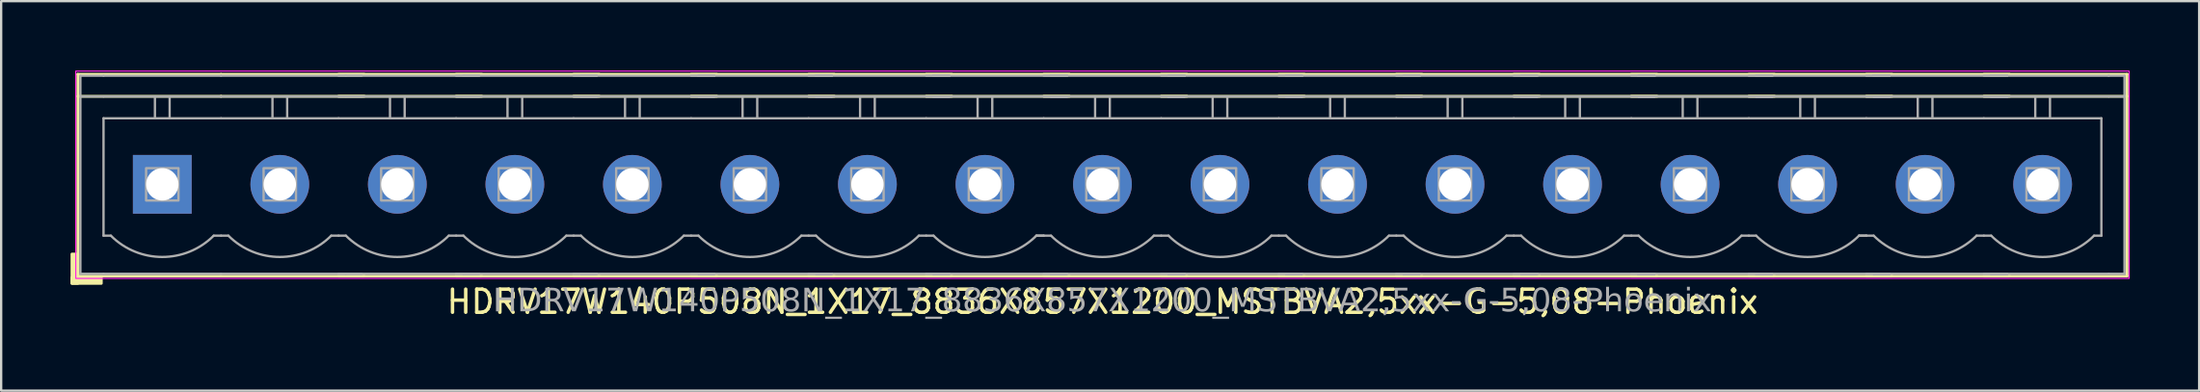
<source format=kicad_pcb>
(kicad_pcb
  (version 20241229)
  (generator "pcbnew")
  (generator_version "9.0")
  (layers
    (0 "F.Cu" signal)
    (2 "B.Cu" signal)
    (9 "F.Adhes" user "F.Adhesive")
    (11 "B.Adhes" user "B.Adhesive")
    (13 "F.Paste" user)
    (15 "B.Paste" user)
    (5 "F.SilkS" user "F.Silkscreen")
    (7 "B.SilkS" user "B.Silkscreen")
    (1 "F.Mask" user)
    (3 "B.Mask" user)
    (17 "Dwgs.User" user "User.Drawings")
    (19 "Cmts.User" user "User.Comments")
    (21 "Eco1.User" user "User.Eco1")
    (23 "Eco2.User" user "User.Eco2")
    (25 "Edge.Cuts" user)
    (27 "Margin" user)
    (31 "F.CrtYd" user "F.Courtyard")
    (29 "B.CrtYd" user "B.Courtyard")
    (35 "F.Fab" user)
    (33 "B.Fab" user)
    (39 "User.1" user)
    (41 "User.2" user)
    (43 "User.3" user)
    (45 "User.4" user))
  (footprint "HDRV17W140P508N_1X17_8836X857X1200_MSTBVA2,5xx-G-5,08-Phoenix"
    (layer "F.Cu")
    (at 44.605 4.925)
    (property "Reference" "HDRV17W140P508N_1X17_8836X857X1200_MSTBVA2,5xx-G-5,08-Phoenix" (at 0 5.08 0) (layer "F.SilkS") (effects (font (size 1 1) (thickness 0.15))))
    (attr through_hole)
    (fp_line (start -44.291 -4.763) (end -44.291 3.969) (stroke (width 0.12) (type solid)) (layer "F.SilkS"))
    (fp_line (start -44.291 -4.763) (end -38.1 -4.763) (stroke (width 0.12) (type solid)) (layer "F.SilkS"))
    (fp_line (start -44.291 -3.81) (end -38.1 -3.81) (stroke (width 0.12) (type solid)) (layer "F.SilkS"))
    (fp_line (start -44.291 3.969) (end -38.1 3.969) (stroke (width 0.12) (type solid)) (layer "F.SilkS"))
    (fp_line (start -31.909 -4.763) (end -38.1 -4.763) (stroke (width 0.12) (type solid)) (layer "F.SilkS"))
    (fp_line (start -31.909 -3.81) (end -38.1 -3.81) (stroke (width 0.12) (type solid)) (layer "F.SilkS"))
    (fp_line (start -31.909 3.969) (end -38.1 3.969) (stroke (width 0.12) (type solid)) (layer "F.SilkS"))
    (fp_line (start -26.829 -4.763) (end -33.02 -4.763) (stroke (width 0.12) (type solid)) (layer "F.SilkS"))
    (fp_line (start -26.829 -3.81) (end -33.02 -3.81) (stroke (width 0.12) (type solid)) (layer "F.SilkS"))
    (fp_line (start -26.829 3.969) (end -33.02 3.969) (stroke (width 0.12) (type solid)) (layer "F.SilkS"))
    (fp_line (start -21.749 -4.763) (end -27.94 -4.763) (stroke (width 0.12) (type solid)) (layer "F.SilkS"))
    (fp_line (start -21.749 -3.81) (end -27.94 -3.81) (stroke (width 0.12) (type solid)) (layer "F.SilkS"))
    (fp_line (start -21.749 3.969) (end -27.94 3.969) (stroke (width 0.12) (type solid)) (layer "F.SilkS"))
    (fp_line (start -16.669 -4.763) (end -22.86 -4.763) (stroke (width 0.12) (type solid)) (layer "F.SilkS"))
    (fp_line (start -16.669 -3.81) (end -22.86 -3.81) (stroke (width 0.12) (type solid)) (layer "F.SilkS"))
    (fp_line (start -16.669 3.969) (end -22.86 3.969) (stroke (width 0.12) (type solid)) (layer "F.SilkS"))
    (fp_line (start -11.589 -4.763) (end -17.78 -4.763) (stroke (width 0.12) (type solid)) (layer "F.SilkS"))
    (fp_line (start -11.589 -3.81) (end -17.78 -3.81) (stroke (width 0.12) (type solid)) (layer "F.SilkS"))
    (fp_line (start -11.589 3.969) (end -17.78 3.969) (stroke (width 0.12) (type solid)) (layer "F.SilkS"))
    (fp_line (start -6.509 -4.763) (end -12.7 -4.763) (stroke (width 0.12) (type solid)) (layer "F.SilkS"))
    (fp_line (start -6.509 -3.81) (end -12.7 -3.81) (stroke (width 0.12) (type solid)) (layer "F.SilkS"))
    (fp_line (start -6.509 3.969) (end -12.7 3.969) (stroke (width 0.12) (type solid)) (layer "F.SilkS"))
    (fp_line (start -1.429 -4.763) (end -7.62 -4.763) (stroke (width 0.12) (type solid)) (layer "F.SilkS"))
    (fp_line (start -1.429 -3.81) (end -7.62 -3.81) (stroke (width 0.12) (type solid)) (layer "F.SilkS"))
    (fp_line (start -1.429 3.969) (end -7.62 3.969) (stroke (width 0.12) (type solid)) (layer "F.SilkS"))
    (fp_line (start 3.651 -4.763) (end -2.54 -4.763) (stroke (width 0.12) (type solid)) (layer "F.SilkS"))
    (fp_line (start 3.651 -3.81) (end -2.54 -3.81) (stroke (width 0.12) (type solid)) (layer "F.SilkS"))
    (fp_line (start 3.651 3.969) (end -2.54 3.969) (stroke (width 0.12) (type solid)) (layer "F.SilkS"))
    (fp_line (start 8.731 -4.763) (end 2.54 -4.763) (stroke (width 0.12) (type solid)) (layer "F.SilkS"))
    (fp_line (start 8.731 -3.81) (end 2.54 -3.81) (stroke (width 0.12) (type solid)) (layer "F.SilkS"))
    (fp_line (start 8.731 3.969) (end 2.54 3.969) (stroke (width 0.12) (type solid)) (layer "F.SilkS"))
    (fp_line (start 13.811 -4.763) (end 7.62 -4.763) (stroke (width 0.12) (type solid)) (layer "F.SilkS"))
    (fp_line (start 13.811 -3.81) (end 7.62 -3.81) (stroke (width 0.12) (type solid)) (layer "F.SilkS"))
    (fp_line (start 13.811 3.969) (end 7.62 3.969) (stroke (width 0.12) (type solid)) (layer "F.SilkS"))
    (fp_line (start 18.891 -4.763) (end 12.7 -4.763) (stroke (width 0.12) (type solid)) (layer "F.SilkS"))
    (fp_line (start 18.891 -3.81) (end 12.7 -3.81) (stroke (width 0.12) (type solid)) (layer "F.SilkS"))
    (fp_line (start 18.891 3.969) (end 12.7 3.969) (stroke (width 0.12) (type solid)) (layer "F.SilkS"))
    (fp_line (start 23.971 -4.763) (end 17.78 -4.763) (stroke (width 0.12) (type solid)) (layer "F.SilkS"))
    (fp_line (start 23.971 -3.81) (end 17.78 -3.81) (stroke (width 0.12) (type solid)) (layer "F.SilkS"))
    (fp_line (start 23.971 3.969) (end 17.78 3.969) (stroke (width 0.12) (type solid)) (layer "F.SilkS"))
    (fp_line (start 29.051 -4.763) (end 22.86 -4.763) (stroke (width 0.12) (type solid)) (layer "F.SilkS"))
    (fp_line (start 29.051 -3.81) (end 22.86 -3.81) (stroke (width 0.12) (type solid)) (layer "F.SilkS"))
    (fp_line (start 29.051 3.969) (end 22.86 3.969) (stroke (width 0.12) (type solid)) (layer "F.SilkS"))
    (fp_line (start 34.131 -4.763) (end 27.94 -4.763) (stroke (width 0.12) (type solid)) (layer "F.SilkS"))
    (fp_line (start 34.131 -3.81) (end 27.94 -3.81) (stroke (width 0.12) (type solid)) (layer "F.SilkS"))
    (fp_line (start 34.131 3.969) (end 27.94 3.969) (stroke (width 0.12) (type solid)) (layer "F.SilkS"))
    (fp_line (start 39.211 -4.763) (end 33.02 -4.763) (stroke (width 0.12) (type solid)) (layer "F.SilkS"))
    (fp_line (start 39.211 -3.81) (end 33.02 -3.81) (stroke (width 0.12) (type solid)) (layer "F.SilkS"))
    (fp_line (start 39.211 3.969) (end 33.02 3.969) (stroke (width 0.12) (type solid)) (layer "F.SilkS"))
    (fp_line (start 44.291 -4.763) (end 38.1 -4.763) (stroke (width 0.12) (type solid)) (layer "F.SilkS"))
    (fp_line (start 44.291 -4.763) (end 44.291 3.969) (stroke (width 0.12) (type solid)) (layer "F.SilkS"))
    (fp_line (start 44.291 -3.81) (end 38.1 -3.81) (stroke (width 0.12) (type solid)) (layer "F.SilkS"))
    (fp_line (start 44.291 3.969) (end 38.1 3.969) (stroke (width 0.12) (type solid)) (layer "F.SilkS"))
    (fp_rect (start -44.291 3.016) (end -44.545 4.286) (stroke (width 0.12) (type solid)) (fill yes) (layer "F.SilkS"))
    (fp_rect (start -43.275 4.286) (end -44.545 4.032) (stroke (width 0.12) (type solid)) (fill yes) (layer "F.SilkS"))
    (fp_rect (start -44.38 -4.9) (end 44.38 4.07) (stroke (width 0.05) (type default)) (fill no) (layer "F.CrtYd"))
    (fp_line (start -44.18 -4.7) (end -44.18 3.87) (stroke (width 0.1) (type solid)) (layer "F.Fab"))
    (fp_line (start -44.18 -3.8) (end -43.18 -3.8) (stroke (width 0.1) (type solid)) (layer "F.Fab"))
    (fp_line (start -43.18 -4.7) (end -44.18 -4.7) (stroke (width 0.1) (type solid)) (layer "F.Fab"))
    (fp_line (start -43.18 -4.7) (end -38.1 -4.7) (stroke (width 0.1) (type solid)) (layer "F.Fab"))
    (fp_line (start -43.18 -2.858) (end -38.1 -2.858) (stroke (width 0.1) (type default)) (layer "F.Fab"))
    (fp_line (start -43.18 2.222) (end -43.18 -2.858) (stroke (width 0.1) (type default)) (layer "F.Fab"))
    (fp_line (start -43.18 3.87) (end -44.18 3.87) (stroke (width 0.1) (type solid)) (layer "F.Fab"))
    (fp_line (start -43.18 3.87) (end -38.1 3.87) (stroke (width 0.1) (type solid)) (layer "F.Fab"))
    (fp_line (start -42.862 2.222) (end -43.18 2.222) (stroke (width 0.1) (type default)) (layer "F.Fab"))
    (fp_line (start -40.958 -3.8) (end -40.958 -2.858) (stroke (width 0.1) (type default)) (layer "F.Fab"))
    (fp_line (start -40.322 -3.8) (end -40.322 -2.858) (stroke (width 0.1) (type default)) (layer "F.Fab"))
    (fp_line (start -38.1 -4.7) (end -32.703 -4.7) (stroke (width 0.1) (type solid)) (layer "F.Fab"))
    (fp_line (start -38.1 -3.8) (end -43.18 -3.8) (stroke (width 0.1) (type solid)) (layer "F.Fab"))
    (fp_line (start -38.1 -2.858) (end -33.02 -2.858) (stroke (width 0.1) (type default)) (layer "F.Fab"))
    (fp_line (start -38.1 2.222) (end -38.417 2.222) (stroke (width 0.1) (type default)) (layer "F.Fab"))
    (fp_line (start -38.1 3.87) (end -32.703 3.87) (stroke (width 0.1) (type solid)) (layer "F.Fab"))
    (fp_line (start -37.782 2.222) (end -38.1 2.222) (stroke (width 0.1) (type default)) (layer "F.Fab"))
    (fp_line (start -35.877 -3.8) (end -35.877 -2.858) (stroke (width 0.1) (type default)) (layer "F.Fab"))
    (fp_line (start -35.242 -3.8) (end -35.242 -2.858) (stroke (width 0.1) (type default)) (layer "F.Fab"))
    (fp_line (start -33.02 -4.7) (end -27.622 -4.7) (stroke (width 0.1) (type solid)) (layer "F.Fab"))
    (fp_line (start -33.02 -2.858) (end -27.94 -2.858) (stroke (width 0.1) (type default)) (layer "F.Fab"))
    (fp_line (start -33.02 2.222) (end -33.337 2.222) (stroke (width 0.1) (type default)) (layer "F.Fab"))
    (fp_line (start -33.02 3.87) (end -27.622 3.87) (stroke (width 0.1) (type solid)) (layer "F.Fab"))
    (fp_line (start -32.703 -4.7) (end -32.02 -4.7) (stroke (width 0.1) (type solid)) (layer "F.Fab"))
    (fp_line (start -32.703 -3.8) (end -38.1 -3.8) (stroke (width 0.1) (type solid)) (layer "F.Fab"))
    (fp_line (start -32.703 2.222) (end -33.02 2.222) (stroke (width 0.1) (type default)) (layer "F.Fab"))
    (fp_line (start -32.703 3.87) (end -32.02 3.87) (stroke (width 0.1) (type solid)) (layer "F.Fab"))
    (fp_line (start -32.02 -3.8) (end -32.703 -3.8) (stroke (width 0.1) (type solid)) (layer "F.Fab"))
    (fp_line (start -30.797 -3.8) (end -30.797 -2.858) (stroke (width 0.1) (type default)) (layer "F.Fab"))
    (fp_line (start -30.163 -3.8) (end -30.163 -2.858) (stroke (width 0.1) (type default)) (layer "F.Fab"))
    (fp_line (start -27.94 -4.7) (end -22.543 -4.7) (stroke (width 0.1) (type solid)) (layer "F.Fab"))
    (fp_line (start -27.94 -2.858) (end -22.86 -2.858) (stroke (width 0.1) (type default)) (layer "F.Fab"))
    (fp_line (start -27.94 2.222) (end -28.258 2.222) (stroke (width 0.1) (type default)) (layer "F.Fab"))
    (fp_line (start -27.94 3.87) (end -22.543 3.87) (stroke (width 0.1) (type solid)) (layer "F.Fab"))
    (fp_line (start -27.622 -4.7) (end -26.94 -4.7) (stroke (width 0.1) (type solid)) (layer "F.Fab"))
    (fp_line (start -27.622 -4.7) (end -26.94 -4.7) (stroke (width 0.1) (type solid)) (layer "F.Fab"))
    (fp_line (start -27.622 -3.8) (end -33.02 -3.8) (stroke (width 0.1) (type solid)) (layer "F.Fab"))
    (fp_line (start -27.622 2.222) (end -27.94 2.222) (stroke (width 0.1) (type default)) (layer "F.Fab"))
    (fp_line (start -27.622 3.87) (end -26.94 3.87) (stroke (width 0.1) (type solid)) (layer "F.Fab"))
    (fp_line (start -27.622 3.87) (end -26.94 3.87) (stroke (width 0.1) (type solid)) (layer "F.Fab"))
    (fp_line (start -26.94 -3.8) (end -27.622 -3.8) (stroke (width 0.1) (type solid)) (layer "F.Fab"))
    (fp_line (start -26.94 -3.8) (end -27.622 -3.8) (stroke (width 0.1) (type solid)) (layer "F.Fab"))
    (fp_line (start -25.718 -3.8) (end -25.718 -2.858) (stroke (width 0.1) (type default)) (layer "F.Fab"))
    (fp_line (start -25.082 -3.8) (end -25.082 -2.858) (stroke (width 0.1) (type default)) (layer "F.Fab"))
    (fp_line (start -22.86 -4.7) (end -17.462 -4.7) (stroke (width 0.1) (type solid)) (layer "F.Fab"))
    (fp_line (start -22.86 -2.858) (end -17.78 -2.858) (stroke (width 0.1) (type default)) (layer "F.Fab"))
    (fp_line (start -22.86 2.222) (end -23.177 2.222) (stroke (width 0.1) (type default)) (layer "F.Fab"))
    (fp_line (start -22.86 3.87) (end -17.462 3.87) (stroke (width 0.1) (type solid)) (layer "F.Fab"))
    (fp_line (start -22.543 -4.7) (end -21.86 -4.7) (stroke (width 0.1) (type solid)) (layer "F.Fab"))
    (fp_line (start -22.543 -4.7) (end -21.86 -4.7) (stroke (width 0.1) (type solid)) (layer "F.Fab"))
    (fp_line (start -22.543 -4.7) (end -21.86 -4.7) (stroke (width 0.1) (type solid)) (layer "F.Fab"))
    (fp_line (start -22.543 -3.8) (end -27.94 -3.8) (stroke (width 0.1) (type solid)) (layer "F.Fab"))
    (fp_line (start -22.543 2.222) (end -22.86 2.222) (stroke (width 0.1) (type default)) (layer "F.Fab"))
    (fp_line (start -22.543 3.87) (end -21.86 3.87) (stroke (width 0.1) (type solid)) (layer "F.Fab"))
    (fp_line (start -22.543 3.87) (end -21.86 3.87) (stroke (width 0.1) (type solid)) (layer "F.Fab"))
    (fp_line (start -22.543 3.87) (end -21.86 3.87) (stroke (width 0.1) (type solid)) (layer "F.Fab"))
    (fp_line (start -21.86 -3.8) (end -22.543 -3.8) (stroke (width 0.1) (type solid)) (layer "F.Fab"))
    (fp_line (start -21.86 -3.8) (end -22.543 -3.8) (stroke (width 0.1) (type solid)) (layer "F.Fab"))
    (fp_line (start -21.86 -3.8) (end -22.543 -3.8) (stroke (width 0.1) (type solid)) (layer "F.Fab"))
    (fp_line (start -20.637 -3.8) (end -20.637 -2.858) (stroke (width 0.1) (type default)) (layer "F.Fab"))
    (fp_line (start -20.003 -3.8) (end -20.003 -2.858) (stroke (width 0.1) (type default)) (layer "F.Fab"))
    (fp_line (start -17.78 -4.7) (end -12.383 -4.7) (stroke (width 0.1) (type solid)) (layer "F.Fab"))
    (fp_line (start -17.78 -2.858) (end -12.7 -2.858) (stroke (width 0.1) (type default)) (layer "F.Fab"))
    (fp_line (start -17.78 2.222) (end -18.098 2.222) (stroke (width 0.1) (type default)) (layer "F.Fab"))
    (fp_line (start -17.78 3.87) (end -12.383 3.87) (stroke (width 0.1) (type solid)) (layer "F.Fab"))
    (fp_line (start -17.462 -4.7) (end -16.78 -4.7) (stroke (width 0.1) (type solid)) (layer "F.Fab"))
    (fp_line (start -17.462 -4.7) (end -16.78 -4.7) (stroke (width 0.1) (type solid)) (layer "F.Fab"))
    (fp_line (start -17.462 -4.7) (end -16.78 -4.7) (stroke (width 0.1) (type solid)) (layer "F.Fab"))
    (fp_line (start -17.462 -4.7) (end -16.78 -4.7) (stroke (width 0.1) (type solid)) (layer "F.Fab"))
    (fp_line (start -17.462 -3.8) (end -22.86 -3.8) (stroke (width 0.1) (type solid)) (layer "F.Fab"))
    (fp_line (start -17.462 2.222) (end -17.78 2.222) (stroke (width 0.1) (type default)) (layer "F.Fab"))
    (fp_line (start -17.462 3.87) (end -16.78 3.87) (stroke (width 0.1) (type solid)) (layer "F.Fab"))
    (fp_line (start -17.462 3.87) (end -16.78 3.87) (stroke (width 0.1) (type solid)) (layer "F.Fab"))
    (fp_line (start -17.462 3.87) (end -16.78 3.87) (stroke (width 0.1) (type solid)) (layer "F.Fab"))
    (fp_line (start -17.462 3.87) (end -16.78 3.87) (stroke (width 0.1) (type solid)) (layer "F.Fab"))
    (fp_line (start -16.78 -3.8) (end -17.462 -3.8) (stroke (width 0.1) (type solid)) (layer "F.Fab"))
    (fp_line (start -16.78 -3.8) (end -17.462 -3.8) (stroke (width 0.1) (type solid)) (layer "F.Fab"))
    (fp_line (start -16.78 -3.8) (end -17.462 -3.8) (stroke (width 0.1) (type solid)) (layer "F.Fab"))
    (fp_line (start -16.78 -3.8) (end -17.462 -3.8) (stroke (width 0.1) (type solid)) (layer "F.Fab"))
    (fp_line (start -15.557 -3.8) (end -15.557 -2.858) (stroke (width 0.1) (type default)) (layer "F.Fab"))
    (fp_line (start -14.922 -3.8) (end -14.922 -2.858) (stroke (width 0.1) (type default)) (layer "F.Fab"))
    (fp_line (start -12.7 -4.7) (end -7.303 -4.7) (stroke (width 0.1) (type solid)) (layer "F.Fab"))
    (fp_line (start -12.7 -2.858) (end -7.62 -2.858) (stroke (width 0.1) (type default)) (layer "F.Fab"))
    (fp_line (start -12.7 2.222) (end -13.018 2.222) (stroke (width 0.1) (type default)) (layer "F.Fab"))
    (fp_line (start -12.7 3.87) (end -7.303 3.87) (stroke (width 0.1) (type solid)) (layer "F.Fab"))
    (fp_line (start -12.383 -4.7) (end -11.7 -4.7) (stroke (width 0.1) (type solid)) (layer "F.Fab"))
    (fp_line (start -12.383 -4.7) (end -11.7 -4.7) (stroke (width 0.1) (type solid)) (layer "F.Fab"))
    (fp_line (start -12.383 -4.7) (end -11.7 -4.7) (stroke (width 0.1) (type solid)) (layer "F.Fab"))
    (fp_line (start -12.383 -4.7) (end -11.7 -4.7) (stroke (width 0.1) (type solid)) (layer "F.Fab"))
    (fp_line (start -12.383 -4.7) (end -11.7 -4.7) (stroke (width 0.1) (type solid)) (layer "F.Fab"))
    (fp_line (start -12.383 -3.8) (end -17.78 -3.8) (stroke (width 0.1) (type solid)) (layer "F.Fab"))
    (fp_line (start -12.383 2.222) (end -12.7 2.222) (stroke (width 0.1) (type default)) (layer "F.Fab"))
    (fp_line (start -12.383 3.87) (end -11.7 3.87) (stroke (width 0.1) (type solid)) (layer "F.Fab"))
    (fp_line (start -12.383 3.87) (end -11.7 3.87) (stroke (width 0.1) (type solid)) (layer "F.Fab"))
    (fp_line (start -12.383 3.87) (end -11.7 3.87) (stroke (width 0.1) (type solid)) (layer "F.Fab"))
    (fp_line (start -12.383 3.87) (end -11.7 3.87) (stroke (width 0.1) (type solid)) (layer "F.Fab"))
    (fp_line (start -12.383 3.87) (end -11.7 3.87) (stroke (width 0.1) (type solid)) (layer "F.Fab"))
    (fp_line (start -11.7 -3.8) (end -12.383 -3.8) (stroke (width 0.1) (type solid)) (layer "F.Fab"))
    (fp_line (start -11.7 -3.8) (end -12.383 -3.8) (stroke (width 0.1) (type solid)) (layer "F.Fab"))
    (fp_line (start -11.7 -3.8) (end -12.383 -3.8) (stroke (width 0.1) (type solid)) (layer "F.Fab"))
    (fp_line (start -11.7 -3.8) (end -12.383 -3.8) (stroke (width 0.1) (type solid)) (layer "F.Fab"))
    (fp_line (start -11.7 -3.8) (end -12.383 -3.8) (stroke (width 0.1) (type solid)) (layer "F.Fab"))
    (fp_line (start -10.477 -3.8) (end -10.477 -2.858) (stroke (width 0.1) (type default)) (layer "F.Fab"))
    (fp_line (start -9.842 -3.8) (end -9.842 -2.858) (stroke (width 0.1) (type default)) (layer "F.Fab"))
    (fp_line (start -7.62 -4.7) (end -2.223 -4.7) (stroke (width 0.1) (type solid)) (layer "F.Fab"))
    (fp_line (start -7.62 -2.858) (end -2.54 -2.858) (stroke (width 0.1) (type default)) (layer "F.Fab"))
    (fp_line (start -7.62 2.222) (end -7.938 2.222) (stroke (width 0.1) (type default)) (layer "F.Fab"))
    (fp_line (start -7.62 3.87) (end -2.223 3.87) (stroke (width 0.1) (type solid)) (layer "F.Fab"))
    (fp_line (start -7.303 -4.7) (end -6.62 -4.7) (stroke (width 0.1) (type solid)) (layer "F.Fab"))
    (fp_line (start -7.303 -4.7) (end -6.62 -4.7) (stroke (width 0.1) (type solid)) (layer "F.Fab"))
    (fp_line (start -7.303 -4.7) (end -6.62 -4.7) (stroke (width 0.1) (type solid)) (layer "F.Fab"))
    (fp_line (start -7.303 -4.7) (end -6.62 -4.7) (stroke (width 0.1) (type solid)) (layer "F.Fab"))
    (fp_line (start -7.303 -4.7) (end -6.62 -4.7) (stroke (width 0.1) (type solid)) (layer "F.Fab"))
    (fp_line (start -7.303 -4.7) (end -6.62 -4.7) (stroke (width 0.1) (type solid)) (layer "F.Fab"))
    (fp_line (start -7.303 -3.8) (end -12.7 -3.8) (stroke (width 0.1) (type solid)) (layer "F.Fab"))
    (fp_line (start -7.303 2.222) (end -7.62 2.222) (stroke (width 0.1) (type default)) (layer "F.Fab"))
    (fp_line (start -7.303 3.87) (end -6.62 3.87) (stroke (width 0.1) (type solid)) (layer "F.Fab"))
    (fp_line (start -7.303 3.87) (end -6.62 3.87) (stroke (width 0.1) (type solid)) (layer "F.Fab"))
    (fp_line (start -7.303 3.87) (end -6.62 3.87) (stroke (width 0.1) (type solid)) (layer "F.Fab"))
    (fp_line (start -7.303 3.87) (end -6.62 3.87) (stroke (width 0.1) (type solid)) (layer "F.Fab"))
    (fp_line (start -7.303 3.87) (end -6.62 3.87) (stroke (width 0.1) (type solid)) (layer "F.Fab"))
    (fp_line (start -7.303 3.87) (end -6.62 3.87) (stroke (width 0.1) (type solid)) (layer "F.Fab"))
    (fp_line (start -6.62 -3.8) (end -7.303 -3.8) (stroke (width 0.1) (type solid)) (layer "F.Fab"))
    (fp_line (start -6.62 -3.8) (end -7.303 -3.8) (stroke (width 0.1) (type solid)) (layer "F.Fab"))
    (fp_line (start -6.62 -3.8) (end -7.303 -3.8) (stroke (width 0.1) (type solid)) (layer "F.Fab"))
    (fp_line (start -6.62 -3.8) (end -7.303 -3.8) (stroke (width 0.1) (type solid)) (layer "F.Fab"))
    (fp_line (start -6.62 -3.8) (end -7.303 -3.8) (stroke (width 0.1) (type solid)) (layer "F.Fab"))
    (fp_line (start -6.62 -3.8) (end -7.303 -3.8) (stroke (width 0.1) (type solid)) (layer "F.Fab"))
    (fp_line (start -5.397 -3.8) (end -5.397 -2.858) (stroke (width 0.1) (type default)) (layer "F.Fab"))
    (fp_line (start -4.763 -3.8) (end -4.763 -2.858) (stroke (width 0.1) (type default)) (layer "F.Fab"))
    (fp_line (start -2.54 -4.7) (end 2.857 -4.7) (stroke (width 0.1) (type solid)) (layer "F.Fab"))
    (fp_line (start -2.54 -2.858) (end 2.54 -2.858) (stroke (width 0.1) (type default)) (layer "F.Fab"))
    (fp_line (start -2.54 2.222) (end -2.857 2.222) (stroke (width 0.1) (type default)) (layer "F.Fab"))
    (fp_line (start -2.54 2.222) (end -2.857 2.222) (stroke (width 0.1) (type default)) (layer "F.Fab"))
    (fp_line (start -2.54 3.87) (end 2.857 3.87) (stroke (width 0.1) (type solid)) (layer "F.Fab"))
    (fp_line (start -2.223 -4.7) (end -1.54 -4.7) (stroke (width 0.1) (type solid)) (layer "F.Fab"))
    (fp_line (start -2.223 -4.7) (end -1.54 -4.7) (stroke (width 0.1) (type solid)) (layer "F.Fab"))
    (fp_line (start -2.223 -4.7) (end -1.54 -4.7) (stroke (width 0.1) (type solid)) (layer "F.Fab"))
    (fp_line (start -2.223 -4.7) (end -1.54 -4.7) (stroke (width 0.1) (type solid)) (layer "F.Fab"))
    (fp_line (start -2.223 -4.7) (end -1.54 -4.7) (stroke (width 0.1) (type solid)) (layer "F.Fab"))
    (fp_line (start -2.223 -4.7) (end -1.54 -4.7) (stroke (width 0.1) (type solid)) (layer "F.Fab"))
    (fp_line (start -2.223 -4.7) (end -1.54 -4.7) (stroke (width 0.1) (type solid)) (layer "F.Fab"))
    (fp_line (start -2.223 -3.8) (end -7.62 -3.8) (stroke (width 0.1) (type solid)) (layer "F.Fab"))
    (fp_line (start -2.223 2.222) (end -2.54 2.222) (stroke (width 0.1) (type default)) (layer "F.Fab"))
    (fp_line (start -2.223 3.87) (end -1.54 3.87) (stroke (width 0.1) (type solid)) (layer "F.Fab"))
    (fp_line (start -2.223 3.87) (end -1.54 3.87) (stroke (width 0.1) (type solid)) (layer "F.Fab"))
    (fp_line (start -2.223 3.87) (end -1.54 3.87) (stroke (width 0.1) (type solid)) (layer "F.Fab"))
    (fp_line (start -2.223 3.87) (end -1.54 3.87) (stroke (width 0.1) (type solid)) (layer "F.Fab"))
    (fp_line (start -2.223 3.87) (end -1.54 3.87) (stroke (width 0.1) (type solid)) (layer "F.Fab"))
    (fp_line (start -2.223 3.87) (end -1.54 3.87) (stroke (width 0.1) (type solid)) (layer "F.Fab"))
    (fp_line (start -2.223 3.87) (end -1.54 3.87) (stroke (width 0.1) (type solid)) (layer "F.Fab"))
    (fp_line (start -1.54 -3.8) (end -2.223 -3.8) (stroke (width 0.1) (type solid)) (layer "F.Fab"))
    (fp_line (start -1.54 -3.8) (end -2.223 -3.8) (stroke (width 0.1) (type solid)) (layer "F.Fab"))
    (fp_line (start -1.54 -3.8) (end -2.223 -3.8) (stroke (width 0.1) (type solid)) (layer "F.Fab"))
    (fp_line (start -1.54 -3.8) (end -2.223 -3.8) (stroke (width 0.1) (type solid)) (layer "F.Fab"))
    (fp_line (start -1.54 -3.8) (end -2.223 -3.8) (stroke (width 0.1) (type solid)) (layer "F.Fab"))
    (fp_line (start -1.54 -3.8) (end -2.223 -3.8) (stroke (width 0.1) (type solid)) (layer "F.Fab"))
    (fp_line (start -1.54 -3.8) (end -2.223 -3.8) (stroke (width 0.1) (type solid)) (layer "F.Fab"))
    (fp_line (start -0.318 -3.8) (end -0.318 -2.858) (stroke (width 0.1) (type default)) (layer "F.Fab"))
    (fp_line (start 0.318 -3.8) (end 0.318 -2.858) (stroke (width 0.1) (type default)) (layer "F.Fab"))
    (fp_line (start 2.54 -4.7) (end 7.938 -4.7) (stroke (width 0.1) (type solid)) (layer "F.Fab"))
    (fp_line (start 2.54 -2.858) (end 7.62 -2.858) (stroke (width 0.1) (type default)) (layer "F.Fab"))
    (fp_line (start 2.54 2.222) (end 2.223 2.222) (stroke (width 0.1) (type default)) (layer "F.Fab"))
    (fp_line (start 2.54 3.87) (end 7.938 3.87) (stroke (width 0.1) (type solid)) (layer "F.Fab"))
    (fp_line (start 2.857 -4.7) (end 3.54 -4.7) (stroke (width 0.1) (type solid)) (layer "F.Fab"))
    (fp_line (start 2.857 -4.7) (end 3.54 -4.7) (stroke (width 0.1) (type solid)) (layer "F.Fab"))
    (fp_line (start 2.857 -4.7) (end 3.54 -4.7) (stroke (width 0.1) (type solid)) (layer "F.Fab"))
    (fp_line (start 2.857 -4.7) (end 3.54 -4.7) (stroke (width 0.1) (type solid)) (layer "F.Fab"))
    (fp_line (start 2.857 -4.7) (end 3.54 -4.7) (stroke (width 0.1) (type solid)) (layer "F.Fab"))
    (fp_line (start 2.857 -4.7) (end 3.54 -4.7) (stroke (width 0.1) (type solid)) (layer "F.Fab"))
    (fp_line (start 2.857 -4.7) (end 3.54 -4.7) (stroke (width 0.1) (type solid)) (layer "F.Fab"))
    (fp_line (start 2.857 -4.7) (end 3.54 -4.7) (stroke (width 0.1) (type solid)) (layer "F.Fab"))
    (fp_line (start 2.857 -3.8) (end -2.54 -3.8) (stroke (width 0.1) (type solid)) (layer "F.Fab"))
    (fp_line (start 2.857 2.222) (end 2.54 2.222) (stroke (width 0.1) (type default)) (layer "F.Fab"))
    (fp_line (start 2.857 3.87) (end 3.54 3.87) (stroke (width 0.1) (type solid)) (layer "F.Fab"))
    (fp_line (start 2.857 3.87) (end 3.54 3.87) (stroke (width 0.1) (type solid)) (layer "F.Fab"))
    (fp_line (start 2.857 3.87) (end 3.54 3.87) (stroke (width 0.1) (type solid)) (layer "F.Fab"))
    (fp_line (start 2.857 3.87) (end 3.54 3.87) (stroke (width 0.1) (type solid)) (layer "F.Fab"))
    (fp_line (start 2.857 3.87) (end 3.54 3.87) (stroke (width 0.1) (type solid)) (layer "F.Fab"))
    (fp_line (start 2.857 3.87) (end 3.54 3.87) (stroke (width 0.1) (type solid)) (layer "F.Fab"))
    (fp_line (start 2.857 3.87) (end 3.54 3.87) (stroke (width 0.1) (type solid)) (layer "F.Fab"))
    (fp_line (start 2.857 3.87) (end 3.54 3.87) (stroke (width 0.1) (type solid)) (layer "F.Fab"))
    (fp_line (start 3.54 -3.8) (end 2.857 -3.8) (stroke (width 0.1) (type solid)) (layer "F.Fab"))
    (fp_line (start 3.54 -3.8) (end 2.857 -3.8) (stroke (width 0.1) (type solid)) (layer "F.Fab"))
    (fp_line (start 3.54 -3.8) (end 2.857 -3.8) (stroke (width 0.1) (type solid)) (layer "F.Fab"))
    (fp_line (start 3.54 -3.8) (end 2.857 -3.8) (stroke (width 0.1) (type solid)) (layer "F.Fab"))
    (fp_line (start 3.54 -3.8) (end 2.857 -3.8) (stroke (width 0.1) (type solid)) (layer "F.Fab"))
    (fp_line (start 3.54 -3.8) (end 2.857 -3.8) (stroke (width 0.1) (type solid)) (layer "F.Fab"))
    (fp_line (start 3.54 -3.8) (end 2.857 -3.8) (stroke (width 0.1) (type solid)) (layer "F.Fab"))
    (fp_line (start 3.54 -3.8) (end 2.857 -3.8) (stroke (width 0.1) (type solid)) (layer "F.Fab"))
    (fp_line (start 4.763 -3.8) (end 4.763 -2.858) (stroke (width 0.1) (type default)) (layer "F.Fab"))
    (fp_line (start 5.397 -3.8) (end 5.397 -2.858) (stroke (width 0.1) (type default)) (layer "F.Fab"))
    (fp_line (start 7.62 -4.7) (end 13.018 -4.7) (stroke (width 0.1) (type solid)) (layer "F.Fab"))
    (fp_line (start 7.62 -2.858) (end 12.7 -2.858) (stroke (width 0.1) (type default)) (layer "F.Fab"))
    (fp_line (start 7.62 2.222) (end 7.303 2.222) (stroke (width 0.1) (type default)) (layer "F.Fab"))
    (fp_line (start 7.62 3.87) (end 13.018 3.87) (stroke (width 0.1) (type solid)) (layer "F.Fab"))
    (fp_line (start 7.938 -4.7) (end 8.62 -4.7) (stroke (width 0.1) (type solid)) (layer "F.Fab"))
    (fp_line (start 7.938 -4.7) (end 8.62 -4.7) (stroke (width 0.1) (type solid)) (layer "F.Fab"))
    (fp_line (start 7.938 -4.7) (end 8.62 -4.7) (stroke (width 0.1) (type solid)) (layer "F.Fab"))
    (fp_line (start 7.938 -4.7) (end 8.62 -4.7) (stroke (width 0.1) (type solid)) (layer "F.Fab"))
    (fp_line (start 7.938 -4.7) (end 8.62 -4.7) (stroke (width 0.1) (type solid)) (layer "F.Fab"))
    (fp_line (start 7.938 -4.7) (end 8.62 -4.7) (stroke (width 0.1) (type solid)) (layer "F.Fab"))
    (fp_line (start 7.938 -4.7) (end 8.62 -4.7) (stroke (width 0.1) (type solid)) (layer "F.Fab"))
    (fp_line (start 7.938 -4.7) (end 8.62 -4.7) (stroke (width 0.1) (type solid)) (layer "F.Fab"))
    (fp_line (start 7.938 -4.7) (end 8.62 -4.7) (stroke (width 0.1) (type solid)) (layer "F.Fab"))
    (fp_line (start 7.938 -3.8) (end 2.54 -3.8) (stroke (width 0.1) (type solid)) (layer "F.Fab"))
    (fp_line (start 7.938 2.222) (end 7.62 2.222) (stroke (width 0.1) (type default)) (layer "F.Fab"))
    (fp_line (start 7.938 3.87) (end 8.62 3.87) (stroke (width 0.1) (type solid)) (layer "F.Fab"))
    (fp_line (start 7.938 3.87) (end 8.62 3.87) (stroke (width 0.1) (type solid)) (layer "F.Fab"))
    (fp_line (start 7.938 3.87) (end 8.62 3.87) (stroke (width 0.1) (type solid)) (layer "F.Fab"))
    (fp_line (start 7.938 3.87) (end 8.62 3.87) (stroke (width 0.1) (type solid)) (layer "F.Fab"))
    (fp_line (start 7.938 3.87) (end 8.62 3.87) (stroke (width 0.1) (type solid)) (layer "F.Fab"))
    (fp_line (start 7.938 3.87) (end 8.62 3.87) (stroke (width 0.1) (type solid)) (layer "F.Fab"))
    (fp_line (start 7.938 3.87) (end 8.62 3.87) (stroke (width 0.1) (type solid)) (layer "F.Fab"))
    (fp_line (start 7.938 3.87) (end 8.62 3.87) (stroke (width 0.1) (type solid)) (layer "F.Fab"))
    (fp_line (start 7.938 3.87) (end 8.62 3.87) (stroke (width 0.1) (type solid)) (layer "F.Fab"))
    (fp_line (start 8.62 -3.8) (end 7.938 -3.8) (stroke (width 0.1) (type solid)) (layer "F.Fab"))
    (fp_line (start 8.62 -3.8) (end 7.938 -3.8) (stroke (width 0.1) (type solid)) (layer "F.Fab"))
    (fp_line (start 8.62 -3.8) (end 7.938 -3.8) (stroke (width 0.1) (type solid)) (layer "F.Fab"))
    (fp_line (start 8.62 -3.8) (end 7.938 -3.8) (stroke (width 0.1) (type solid)) (layer "F.Fab"))
    (fp_line (start 8.62 -3.8) (end 7.938 -3.8) (stroke (width 0.1) (type solid)) (layer "F.Fab"))
    (fp_line (start 8.62 -3.8) (end 7.938 -3.8) (stroke (width 0.1) (type solid)) (layer "F.Fab"))
    (fp_line (start 8.62 -3.8) (end 7.938 -3.8) (stroke (width 0.1) (type solid)) (layer "F.Fab"))
    (fp_line (start 8.62 -3.8) (end 7.938 -3.8) (stroke (width 0.1) (type solid)) (layer "F.Fab"))
    (fp_line (start 8.62 -3.8) (end 7.938 -3.8) (stroke (width 0.1) (type solid)) (layer "F.Fab"))
    (fp_line (start 9.842 -3.8) (end 9.842 -2.858) (stroke (width 0.1) (type default)) (layer "F.Fab"))
    (fp_line (start 10.477 -3.8) (end 10.477 -2.858) (stroke (width 0.1) (type default)) (layer "F.Fab"))
    (fp_line (start 12.7 -4.7) (end 18.098 -4.7) (stroke (width 0.1) (type solid)) (layer "F.Fab"))
    (fp_line (start 12.7 -2.858) (end 17.78 -2.858) (stroke (width 0.1) (type default)) (layer "F.Fab"))
    (fp_line (start 12.7 2.222) (end 12.383 2.222) (stroke (width 0.1) (type default)) (layer "F.Fab"))
    (fp_line (start 12.7 3.87) (end 18.098 3.87) (stroke (width 0.1) (type solid)) (layer "F.Fab"))
    (fp_line (start 13.018 -4.7) (end 13.7 -4.7) (stroke (width 0.1) (type solid)) (layer "F.Fab"))
    (fp_line (start 13.018 -4.7) (end 13.7 -4.7) (stroke (width 0.1) (type solid)) (layer "F.Fab"))
    (fp_line (start 13.018 -4.7) (end 13.7 -4.7) (stroke (width 0.1) (type solid)) (layer "F.Fab"))
    (fp_line (start 13.018 -4.7) (end 13.7 -4.7) (stroke (width 0.1) (type solid)) (layer "F.Fab"))
    (fp_line (start 13.018 -4.7) (end 13.7 -4.7) (stroke (width 0.1) (type solid)) (layer "F.Fab"))
    (fp_line (start 13.018 -4.7) (end 13.7 -4.7) (stroke (width 0.1) (type solid)) (layer "F.Fab"))
    (fp_line (start 13.018 -4.7) (end 13.7 -4.7) (stroke (width 0.1) (type solid)) (layer "F.Fab"))
    (fp_line (start 13.018 -4.7) (end 13.7 -4.7) (stroke (width 0.1) (type solid)) (layer "F.Fab"))
    (fp_line (start 13.018 -4.7) (end 13.7 -4.7) (stroke (width 0.1) (type solid)) (layer "F.Fab"))
    (fp_line (start 13.018 -4.7) (end 13.7 -4.7) (stroke (width 0.1) (type solid)) (layer "F.Fab"))
    (fp_line (start 13.018 -3.8) (end 7.62 -3.8) (stroke (width 0.1) (type solid)) (layer "F.Fab"))
    (fp_line (start 13.018 2.222) (end 12.7 2.222) (stroke (width 0.1) (type default)) (layer "F.Fab"))
    (fp_line (start 13.018 3.87) (end 13.7 3.87) (stroke (width 0.1) (type solid)) (layer "F.Fab"))
    (fp_line (start 13.018 3.87) (end 13.7 3.87) (stroke (width 0.1) (type solid)) (layer "F.Fab"))
    (fp_line (start 13.018 3.87) (end 13.7 3.87) (stroke (width 0.1) (type solid)) (layer "F.Fab"))
    (fp_line (start 13.018 3.87) (end 13.7 3.87) (stroke (width 0.1) (type solid)) (layer "F.Fab"))
    (fp_line (start 13.018 3.87) (end 13.7 3.87) (stroke (width 0.1) (type solid)) (layer "F.Fab"))
    (fp_line (start 13.018 3.87) (end 13.7 3.87) (stroke (width 0.1) (type solid)) (layer "F.Fab"))
    (fp_line (start 13.018 3.87) (end 13.7 3.87) (stroke (width 0.1) (type solid)) (layer "F.Fab"))
    (fp_line (start 13.018 3.87) (end 13.7 3.87) (stroke (width 0.1) (type solid)) (layer "F.Fab"))
    (fp_line (start 13.018 3.87) (end 13.7 3.87) (stroke (width 0.1) (type solid)) (layer "F.Fab"))
    (fp_line (start 13.018 3.87) (end 13.7 3.87) (stroke (width 0.1) (type solid)) (layer "F.Fab"))
    (fp_line (start 13.7 -3.8) (end 13.018 -3.8) (stroke (width 0.1) (type solid)) (layer "F.Fab"))
    (fp_line (start 13.7 -3.8) (end 13.018 -3.8) (stroke (width 0.1) (type solid)) (layer "F.Fab"))
    (fp_line (start 13.7 -3.8) (end 13.018 -3.8) (stroke (width 0.1) (type solid)) (layer "F.Fab"))
    (fp_line (start 13.7 -3.8) (end 13.018 -3.8) (stroke (width 0.1) (type solid)) (layer "F.Fab"))
    (fp_line (start 13.7 -3.8) (end 13.018 -3.8) (stroke (width 0.1) (type solid)) (layer "F.Fab"))
    (fp_line (start 13.7 -3.8) (end 13.018 -3.8) (stroke (width 0.1) (type solid)) (layer "F.Fab"))
    (fp_line (start 13.7 -3.8) (end 13.018 -3.8) (stroke (width 0.1) (type solid)) (layer "F.Fab"))
    (fp_line (start 13.7 -3.8) (end 13.018 -3.8) (stroke (width 0.1) (type solid)) (layer "F.Fab"))
    (fp_line (start 13.7 -3.8) (end 13.018 -3.8) (stroke (width 0.1) (type solid)) (layer "F.Fab"))
    (fp_line (start 13.7 -3.8) (end 13.018 -3.8) (stroke (width 0.1) (type solid)) (layer "F.Fab"))
    (fp_line (start 14.922 -3.8) (end 14.922 -2.858) (stroke (width 0.1) (type default)) (layer "F.Fab"))
    (fp_line (start 15.557 -3.8) (end 15.557 -2.858) (stroke (width 0.1) (type default)) (layer "F.Fab"))
    (fp_line (start 17.78 -4.7) (end 23.177 -4.7) (stroke (width 0.1) (type solid)) (layer "F.Fab"))
    (fp_line (start 17.78 -2.858) (end 22.86 -2.858) (stroke (width 0.1) (type default)) (layer "F.Fab"))
    (fp_line (start 17.78 2.222) (end 17.462 2.222) (stroke (width 0.1) (type default)) (layer "F.Fab"))
    (fp_line (start 17.78 3.87) (end 23.177 3.87) (stroke (width 0.1) (type solid)) (layer "F.Fab"))
    (fp_line (start 18.098 -4.7) (end 18.78 -4.7) (stroke (width 0.1) (type solid)) (layer "F.Fab"))
    (fp_line (start 18.098 -4.7) (end 18.78 -4.7) (stroke (width 0.1) (type solid)) (layer "F.Fab"))
    (fp_line (start 18.098 -4.7) (end 18.78 -4.7) (stroke (width 0.1) (type solid)) (layer "F.Fab"))
    (fp_line (start 18.098 -4.7) (end 18.78 -4.7) (stroke (width 0.1) (type solid)) (layer "F.Fab"))
    (fp_line (start 18.098 -4.7) (end 18.78 -4.7) (stroke (width 0.1) (type solid)) (layer "F.Fab"))
    (fp_line (start 18.098 -4.7) (end 18.78 -4.7) (stroke (width 0.1) (type solid)) (layer "F.Fab"))
    (fp_line (start 18.098 -4.7) (end 18.78 -4.7) (stroke (width 0.1) (type solid)) (layer "F.Fab"))
    (fp_line (start 18.098 -4.7) (end 18.78 -4.7) (stroke (width 0.1) (type solid)) (layer "F.Fab"))
    (fp_line (start 18.098 -4.7) (end 18.78 -4.7) (stroke (width 0.1) (type solid)) (layer "F.Fab"))
    (fp_line (start 18.098 -4.7) (end 18.78 -4.7) (stroke (width 0.1) (type solid)) (layer "F.Fab"))
    (fp_line (start 18.098 -4.7) (end 18.78 -4.7) (stroke (width 0.1) (type solid)) (layer "F.Fab"))
    (fp_line (start 18.098 -3.8) (end 12.7 -3.8) (stroke (width 0.1) (type solid)) (layer "F.Fab"))
    (fp_line (start 18.098 2.222) (end 17.78 2.222) (stroke (width 0.1) (type default)) (layer "F.Fab"))
    (fp_line (start 18.098 3.87) (end 18.78 3.87) (stroke (width 0.1) (type solid)) (layer "F.Fab"))
    (fp_line (start 18.098 3.87) (end 18.78 3.87) (stroke (width 0.1) (type solid)) (layer "F.Fab"))
    (fp_line (start 18.098 3.87) (end 18.78 3.87) (stroke (width 0.1) (type solid)) (layer "F.Fab"))
    (fp_line (start 18.098 3.87) (end 18.78 3.87) (stroke (width 0.1) (type solid)) (layer "F.Fab"))
    (fp_line (start 18.098 3.87) (end 18.78 3.87) (stroke (width 0.1) (type solid)) (layer "F.Fab"))
    (fp_line (start 18.098 3.87) (end 18.78 3.87) (stroke (width 0.1) (type solid)) (layer "F.Fab"))
    (fp_line (start 18.098 3.87) (end 18.78 3.87) (stroke (width 0.1) (type solid)) (layer "F.Fab"))
    (fp_line (start 18.098 3.87) (end 18.78 3.87) (stroke (width 0.1) (type solid)) (layer "F.Fab"))
    (fp_line (start 18.098 3.87) (end 18.78 3.87) (stroke (width 0.1) (type solid)) (layer "F.Fab"))
    (fp_line (start 18.098 3.87) (end 18.78 3.87) (stroke (width 0.1) (type solid)) (layer "F.Fab"))
    (fp_line (start 18.098 3.87) (end 18.78 3.87) (stroke (width 0.1) (type solid)) (layer "F.Fab"))
    (fp_line (start 18.78 -3.8) (end 18.098 -3.8) (stroke (width 0.1) (type solid)) (layer "F.Fab"))
    (fp_line (start 18.78 -3.8) (end 18.098 -3.8) (stroke (width 0.1) (type solid)) (layer "F.Fab"))
    (fp_line (start 18.78 -3.8) (end 18.098 -3.8) (stroke (width 0.1) (type solid)) (layer "F.Fab"))
    (fp_line (start 18.78 -3.8) (end 18.098 -3.8) (stroke (width 0.1) (type solid)) (layer "F.Fab"))
    (fp_line (start 18.78 -3.8) (end 18.098 -3.8) (stroke (width 0.1) (type solid)) (layer "F.Fab"))
    (fp_line (start 18.78 -3.8) (end 18.098 -3.8) (stroke (width 0.1) (type solid)) (layer "F.Fab"))
    (fp_line (start 18.78 -3.8) (end 18.098 -3.8) (stroke (width 0.1) (type solid)) (layer "F.Fab"))
    (fp_line (start 18.78 -3.8) (end 18.098 -3.8) (stroke (width 0.1) (type solid)) (layer "F.Fab"))
    (fp_line (start 18.78 -3.8) (end 18.098 -3.8) (stroke (width 0.1) (type solid)) (layer "F.Fab"))
    (fp_line (start 18.78 -3.8) (end 18.098 -3.8) (stroke (width 0.1) (type solid)) (layer "F.Fab"))
    (fp_line (start 18.78 -3.8) (end 18.098 -3.8) (stroke (width 0.1) (type solid)) (layer "F.Fab"))
    (fp_line (start 20.003 -3.8) (end 20.003 -2.858) (stroke (width 0.1) (type default)) (layer "F.Fab"))
    (fp_line (start 20.637 -3.8) (end 20.637 -2.858) (stroke (width 0.1) (type default)) (layer "F.Fab"))
    (fp_line (start 22.86 -4.7) (end 28.258 -4.7) (stroke (width 0.1) (type solid)) (layer "F.Fab"))
    (fp_line (start 22.86 -2.858) (end 27.94 -2.858) (stroke (width 0.1) (type default)) (layer "F.Fab"))
    (fp_line (start 22.86 2.222) (end 22.543 2.222) (stroke (width 0.1) (type default)) (layer "F.Fab"))
    (fp_line (start 22.86 3.87) (end 28.258 3.87) (stroke (width 0.1) (type solid)) (layer "F.Fab"))
    (fp_line (start 23.177 -4.7) (end 23.86 -4.7) (stroke (width 0.1) (type solid)) (layer "F.Fab"))
    (fp_line (start 23.177 -4.7) (end 23.86 -4.7) (stroke (width 0.1) (type solid)) (layer "F.Fab"))
    (fp_line (start 23.177 -4.7) (end 23.86 -4.7) (stroke (width 0.1) (type solid)) (layer "F.Fab"))
    (fp_line (start 23.177 -4.7) (end 23.86 -4.7) (stroke (width 0.1) (type solid)) (layer "F.Fab"))
    (fp_line (start 23.177 -4.7) (end 23.86 -4.7) (stroke (width 0.1) (type solid)) (layer "F.Fab"))
    (fp_line (start 23.177 -4.7) (end 23.86 -4.7) (stroke (width 0.1) (type solid)) (layer "F.Fab"))
    (fp_line (start 23.177 -4.7) (end 23.86 -4.7) (stroke (width 0.1) (type solid)) (layer "F.Fab"))
    (fp_line (start 23.177 -4.7) (end 23.86 -4.7) (stroke (width 0.1) (type solid)) (layer "F.Fab"))
    (fp_line (start 23.177 -4.7) (end 23.86 -4.7) (stroke (width 0.1) (type solid)) (layer "F.Fab"))
    (fp_line (start 23.177 -4.7) (end 23.86 -4.7) (stroke (width 0.1) (type solid)) (layer "F.Fab"))
    (fp_line (start 23.177 -4.7) (end 23.86 -4.7) (stroke (width 0.1) (type solid)) (layer "F.Fab"))
    (fp_line (start 23.177 -4.7) (end 23.86 -4.7) (stroke (width 0.1) (type solid)) (layer "F.Fab"))
    (fp_line (start 23.177 -3.8) (end 17.78 -3.8) (stroke (width 0.1) (type solid)) (layer "F.Fab"))
    (fp_line (start 23.177 2.222) (end 22.86 2.222) (stroke (width 0.1) (type default)) (layer "F.Fab"))
    (fp_line (start 23.177 3.87) (end 23.86 3.87) (stroke (width 0.1) (type solid)) (layer "F.Fab"))
    (fp_line (start 23.177 3.87) (end 23.86 3.87) (stroke (width 0.1) (type solid)) (layer "F.Fab"))
    (fp_line (start 23.177 3.87) (end 23.86 3.87) (stroke (width 0.1) (type solid)) (layer "F.Fab"))
    (fp_line (start 23.177 3.87) (end 23.86 3.87) (stroke (width 0.1) (type solid)) (layer "F.Fab"))
    (fp_line (start 23.177 3.87) (end 23.86 3.87) (stroke (width 0.1) (type solid)) (layer "F.Fab"))
    (fp_line (start 23.177 3.87) (end 23.86 3.87) (stroke (width 0.1) (type solid)) (layer "F.Fab"))
    (fp_line (start 23.177 3.87) (end 23.86 3.87) (stroke (width 0.1) (type solid)) (layer "F.Fab"))
    (fp_line (start 23.177 3.87) (end 23.86 3.87) (stroke (width 0.1) (type solid)) (layer "F.Fab"))
    (fp_line (start 23.177 3.87) (end 23.86 3.87) (stroke (width 0.1) (type solid)) (layer "F.Fab"))
    (fp_line (start 23.177 3.87) (end 23.86 3.87) (stroke (width 0.1) (type solid)) (layer "F.Fab"))
    (fp_line (start 23.177 3.87) (end 23.86 3.87) (stroke (width 0.1) (type solid)) (layer "F.Fab"))
    (fp_line (start 23.177 3.87) (end 23.86 3.87) (stroke (width 0.1) (type solid)) (layer "F.Fab"))
    (fp_line (start 23.86 -3.8) (end 23.177 -3.8) (stroke (width 0.1) (type solid)) (layer "F.Fab"))
    (fp_line (start 23.86 -3.8) (end 23.177 -3.8) (stroke (width 0.1) (type solid)) (layer "F.Fab"))
    (fp_line (start 23.86 -3.8) (end 23.177 -3.8) (stroke (width 0.1) (type solid)) (layer "F.Fab"))
    (fp_line (start 23.86 -3.8) (end 23.177 -3.8) (stroke (width 0.1) (type solid)) (layer "F.Fab"))
    (fp_line (start 23.86 -3.8) (end 23.177 -3.8) (stroke (width 0.1) (type solid)) (layer "F.Fab"))
    (fp_line (start 23.86 -3.8) (end 23.177 -3.8) (stroke (width 0.1) (type solid)) (layer "F.Fab"))
    (fp_line (start 23.86 -3.8) (end 23.177 -3.8) (stroke (width 0.1) (type solid)) (layer "F.Fab"))
    (fp_line (start 23.86 -3.8) (end 23.177 -3.8) (stroke (width 0.1) (type solid)) (layer "F.Fab"))
    (fp_line (start 23.86 -3.8) (end 23.177 -3.8) (stroke (width 0.1) (type solid)) (layer "F.Fab"))
    (fp_line (start 23.86 -3.8) (end 23.177 -3.8) (stroke (width 0.1) (type solid)) (layer "F.Fab"))
    (fp_line (start 23.86 -3.8) (end 23.177 -3.8) (stroke (width 0.1) (type solid)) (layer "F.Fab"))
    (fp_line (start 23.86 -3.8) (end 23.177 -3.8) (stroke (width 0.1) (type solid)) (layer "F.Fab"))
    (fp_line (start 25.082 -3.8) (end 25.082 -2.858) (stroke (width 0.1) (type default)) (layer "F.Fab"))
    (fp_line (start 25.718 -3.8) (end 25.718 -2.858) (stroke (width 0.1) (type default)) (layer "F.Fab"))
    (fp_line (start 27.94 -4.7) (end 33.337 -4.7) (stroke (width 0.1) (type solid)) (layer "F.Fab"))
    (fp_line (start 27.94 -2.858) (end 33.02 -2.858) (stroke (width 0.1) (type default)) (layer "F.Fab"))
    (fp_line (start 27.94 2.222) (end 27.622 2.222) (stroke (width 0.1) (type default)) (layer "F.Fab"))
    (fp_line (start 27.94 3.87) (end 33.337 3.87) (stroke (width 0.1) (type solid)) (layer "F.Fab"))
    (fp_line (start 28.258 -4.7) (end 28.94 -4.7) (stroke (width 0.1) (type solid)) (layer "F.Fab"))
    (fp_line (start 28.258 -4.7) (end 28.94 -4.7) (stroke (width 0.1) (type solid)) (layer "F.Fab"))
    (fp_line (start 28.258 -4.7) (end 28.94 -4.7) (stroke (width 0.1) (type solid)) (layer "F.Fab"))
    (fp_line (start 28.258 -4.7) (end 28.94 -4.7) (stroke (width 0.1) (type solid)) (layer "F.Fab"))
    (fp_line (start 28.258 -4.7) (end 28.94 -4.7) (stroke (width 0.1) (type solid)) (layer "F.Fab"))
    (fp_line (start 28.258 -4.7) (end 28.94 -4.7) (stroke (width 0.1) (type solid)) (layer "F.Fab"))
    (fp_line (start 28.258 -4.7) (end 28.94 -4.7) (stroke (width 0.1) (type solid)) (layer "F.Fab"))
    (fp_line (start 28.258 -4.7) (end 28.94 -4.7) (stroke (width 0.1) (type solid)) (layer "F.Fab"))
    (fp_line (start 28.258 -4.7) (end 28.94 -4.7) (stroke (width 0.1) (type solid)) (layer "F.Fab"))
    (fp_line (start 28.258 -4.7) (end 28.94 -4.7) (stroke (width 0.1) (type solid)) (layer "F.Fab"))
    (fp_line (start 28.258 -4.7) (end 28.94 -4.7) (stroke (width 0.1) (type solid)) (layer "F.Fab"))
    (fp_line (start 28.258 -4.7) (end 28.94 -4.7) (stroke (width 0.1) (type solid)) (layer "F.Fab"))
    (fp_line (start 28.258 -4.7) (end 28.94 -4.7) (stroke (width 0.1) (type solid)) (layer "F.Fab"))
    (fp_line (start 28.258 -3.8) (end 22.86 -3.8) (stroke (width 0.1) (type solid)) (layer "F.Fab"))
    (fp_line (start 28.258 2.222) (end 27.94 2.222) (stroke (width 0.1) (type default)) (layer "F.Fab"))
    (fp_line (start 28.258 3.87) (end 28.94 3.87) (stroke (width 0.1) (type solid)) (layer "F.Fab"))
    (fp_line (start 28.258 3.87) (end 28.94 3.87) (stroke (width 0.1) (type solid)) (layer "F.Fab"))
    (fp_line (start 28.258 3.87) (end 28.94 3.87) (stroke (width 0.1) (type solid)) (layer "F.Fab"))
    (fp_line (start 28.258 3.87) (end 28.94 3.87) (stroke (width 0.1) (type solid)) (layer "F.Fab"))
    (fp_line (start 28.258 3.87) (end 28.94 3.87) (stroke (width 0.1) (type solid)) (layer "F.Fab"))
    (fp_line (start 28.258 3.87) (end 28.94 3.87) (stroke (width 0.1) (type solid)) (layer "F.Fab"))
    (fp_line (start 28.258 3.87) (end 28.94 3.87) (stroke (width 0.1) (type solid)) (layer "F.Fab"))
    (fp_line (start 28.258 3.87) (end 28.94 3.87) (stroke (width 0.1) (type solid)) (layer "F.Fab"))
    (fp_line (start 28.258 3.87) (end 28.94 3.87) (stroke (width 0.1) (type solid)) (layer "F.Fab"))
    (fp_line (start 28.258 3.87) (end 28.94 3.87) (stroke (width 0.1) (type solid)) (layer "F.Fab"))
    (fp_line (start 28.258 3.87) (end 28.94 3.87) (stroke (width 0.1) (type solid)) (layer "F.Fab"))
    (fp_line (start 28.258 3.87) (end 28.94 3.87) (stroke (width 0.1) (type solid)) (layer "F.Fab"))
    (fp_line (start 28.258 3.87) (end 28.94 3.87) (stroke (width 0.1) (type solid)) (layer "F.Fab"))
    (fp_line (start 28.94 -3.8) (end 28.258 -3.8) (stroke (width 0.1) (type solid)) (layer "F.Fab"))
    (fp_line (start 28.94 -3.8) (end 28.258 -3.8) (stroke (width 0.1) (type solid)) (layer "F.Fab"))
    (fp_line (start 28.94 -3.8) (end 28.258 -3.8) (stroke (width 0.1) (type solid)) (layer "F.Fab"))
    (fp_line (start 28.94 -3.8) (end 28.258 -3.8) (stroke (width 0.1) (type solid)) (layer "F.Fab"))
    (fp_line (start 28.94 -3.8) (end 28.258 -3.8) (stroke (width 0.1) (type solid)) (layer "F.Fab"))
    (fp_line (start 28.94 -3.8) (end 28.258 -3.8) (stroke (width 0.1) (type solid)) (layer "F.Fab"))
    (fp_line (start 28.94 -3.8) (end 28.258 -3.8) (stroke (width 0.1) (type solid)) (layer "F.Fab"))
    (fp_line (start 28.94 -3.8) (end 28.258 -3.8) (stroke (width 0.1) (type solid)) (layer "F.Fab"))
    (fp_line (start 28.94 -3.8) (end 28.258 -3.8) (stroke (width 0.1) (type solid)) (layer "F.Fab"))
    (fp_line (start 28.94 -3.8) (end 28.258 -3.8) (stroke (width 0.1) (type solid)) (layer "F.Fab"))
    (fp_line (start 28.94 -3.8) (end 28.258 -3.8) (stroke (width 0.1) (type solid)) (layer "F.Fab"))
    (fp_line (start 28.94 -3.8) (end 28.258 -3.8) (stroke (width 0.1) (type solid)) (layer "F.Fab"))
    (fp_line (start 28.94 -3.8) (end 28.258 -3.8) (stroke (width 0.1) (type solid)) (layer "F.Fab"))
    (fp_line (start 30.163 -3.8) (end 30.163 -2.858) (stroke (width 0.1) (type default)) (layer "F.Fab"))
    (fp_line (start 30.797 -3.8) (end 30.797 -2.858) (stroke (width 0.1) (type default)) (layer "F.Fab"))
    (fp_line (start 33.02 -4.7) (end 38.417 -4.7) (stroke (width 0.1) (type solid)) (layer "F.Fab"))
    (fp_line (start 33.02 -2.858) (end 38.1 -2.858) (stroke (width 0.1) (type default)) (layer "F.Fab"))
    (fp_line (start 33.02 2.222) (end 32.703 2.222) (stroke (width 0.1) (type default)) (layer "F.Fab"))
    (fp_line (start 33.02 2.222) (end 32.703 2.222) (stroke (width 0.1) (type default)) (layer "F.Fab"))
    (fp_line (start 33.02 3.87) (end 38.417 3.87) (stroke (width 0.1) (type solid)) (layer "F.Fab"))
    (fp_line (start 33.337 -4.7) (end 34.02 -4.7) (stroke (width 0.1) (type solid)) (layer "F.Fab"))
    (fp_line (start 33.337 -4.7) (end 34.02 -4.7) (stroke (width 0.1) (type solid)) (layer "F.Fab"))
    (fp_line (start 33.337 -4.7) (end 34.02 -4.7) (stroke (width 0.1) (type solid)) (layer "F.Fab"))
    (fp_line (start 33.337 -4.7) (end 34.02 -4.7) (stroke (width 0.1) (type solid)) (layer "F.Fab"))
    (fp_line (start 33.337 -4.7) (end 34.02 -4.7) (stroke (width 0.1) (type solid)) (layer "F.Fab"))
    (fp_line (start 33.337 -4.7) (end 34.02 -4.7) (stroke (width 0.1) (type solid)) (layer "F.Fab"))
    (fp_line (start 33.337 -4.7) (end 34.02 -4.7) (stroke (width 0.1) (type solid)) (layer "F.Fab"))
    (fp_line (start 33.337 -4.7) (end 34.02 -4.7) (stroke (width 0.1) (type solid)) (layer "F.Fab"))
    (fp_line (start 33.337 -4.7) (end 34.02 -4.7) (stroke (width 0.1) (type solid)) (layer "F.Fab"))
    (fp_line (start 33.337 -4.7) (end 34.02 -4.7) (stroke (width 0.1) (type solid)) (layer "F.Fab"))
    (fp_line (start 33.337 -4.7) (end 34.02 -4.7) (stroke (width 0.1) (type solid)) (layer "F.Fab"))
    (fp_line (start 33.337 -4.7) (end 34.02 -4.7) (stroke (width 0.1) (type solid)) (layer "F.Fab"))
    (fp_line (start 33.337 -4.7) (end 34.02 -4.7) (stroke (width 0.1) (type solid)) (layer "F.Fab"))
    (fp_line (start 33.337 -4.7) (end 34.02 -4.7) (stroke (width 0.1) (type solid)) (layer "F.Fab"))
    (fp_line (start 33.337 -3.8) (end 27.94 -3.8) (stroke (width 0.1) (type solid)) (layer "F.Fab"))
    (fp_line (start 33.337 2.222) (end 33.02 2.222) (stroke (width 0.1) (type default)) (layer "F.Fab"))
    (fp_line (start 33.337 3.87) (end 34.02 3.87) (stroke (width 0.1) (type solid)) (layer "F.Fab"))
    (fp_line (start 33.337 3.87) (end 34.02 3.87) (stroke (width 0.1) (type solid)) (layer "F.Fab"))
    (fp_line (start 33.337 3.87) (end 34.02 3.87) (stroke (width 0.1) (type solid)) (layer "F.Fab"))
    (fp_line (start 33.337 3.87) (end 34.02 3.87) (stroke (width 0.1) (type solid)) (layer "F.Fab"))
    (fp_line (start 33.337 3.87) (end 34.02 3.87) (stroke (width 0.1) (type solid)) (layer "F.Fab"))
    (fp_line (start 33.337 3.87) (end 34.02 3.87) (stroke (width 0.1) (type solid)) (layer "F.Fab"))
    (fp_line (start 33.337 3.87) (end 34.02 3.87) (stroke (width 0.1) (type solid)) (layer "F.Fab"))
    (fp_line (start 33.337 3.87) (end 34.02 3.87) (stroke (width 0.1) (type solid)) (layer "F.Fab"))
    (fp_line (start 33.337 3.87) (end 34.02 3.87) (stroke (width 0.1) (type solid)) (layer "F.Fab"))
    (fp_line (start 33.337 3.87) (end 34.02 3.87) (stroke (width 0.1) (type solid)) (layer "F.Fab"))
    (fp_line (start 33.337 3.87) (end 34.02 3.87) (stroke (width 0.1) (type solid)) (layer "F.Fab"))
    (fp_line (start 33.337 3.87) (end 34.02 3.87) (stroke (width 0.1) (type solid)) (layer "F.Fab"))
    (fp_line (start 33.337 3.87) (end 34.02 3.87) (stroke (width 0.1) (type solid)) (layer "F.Fab"))
    (fp_line (start 33.337 3.87) (end 34.02 3.87) (stroke (width 0.1) (type solid)) (layer "F.Fab"))
    (fp_line (start 34.02 -3.8) (end 33.337 -3.8) (stroke (width 0.1) (type solid)) (layer "F.Fab"))
    (fp_line (start 34.02 -3.8) (end 33.337 -3.8) (stroke (width 0.1) (type solid)) (layer "F.Fab"))
    (fp_line (start 34.02 -3.8) (end 33.337 -3.8) (stroke (width 0.1) (type solid)) (layer "F.Fab"))
    (fp_line (start 34.02 -3.8) (end 33.337 -3.8) (stroke (width 0.1) (type solid)) (layer "F.Fab"))
    (fp_line (start 34.02 -3.8) (end 33.337 -3.8) (stroke (width 0.1) (type solid)) (layer "F.Fab"))
    (fp_line (start 34.02 -3.8) (end 33.337 -3.8) (stroke (width 0.1) (type solid)) (layer "F.Fab"))
    (fp_line (start 34.02 -3.8) (end 33.337 -3.8) (stroke (width 0.1) (type solid)) (layer "F.Fab"))
    (fp_line (start 34.02 -3.8) (end 33.337 -3.8) (stroke (width 0.1) (type solid)) (layer "F.Fab"))
    (fp_line (start 34.02 -3.8) (end 33.337 -3.8) (stroke (width 0.1) (type solid)) (layer "F.Fab"))
    (fp_line (start 34.02 -3.8) (end 33.337 -3.8) (stroke (width 0.1) (type solid)) (layer "F.Fab"))
    (fp_line (start 34.02 -3.8) (end 33.337 -3.8) (stroke (width 0.1) (type solid)) (layer "F.Fab"))
    (fp_line (start 34.02 -3.8) (end 33.337 -3.8) (stroke (width 0.1) (type solid)) (layer "F.Fab"))
    (fp_line (start 34.02 -3.8) (end 33.337 -3.8) (stroke (width 0.1) (type solid)) (layer "F.Fab"))
    (fp_line (start 34.02 -3.8) (end 33.337 -3.8) (stroke (width 0.1) (type solid)) (layer "F.Fab"))
    (fp_line (start 35.242 -3.8) (end 35.242 -2.858) (stroke (width 0.1) (type default)) (layer "F.Fab"))
    (fp_line (start 35.877 -3.8) (end 35.877 -2.858) (stroke (width 0.1) (type default)) (layer "F.Fab"))
    (fp_line (start 38.1 -4.7) (end 43.498 -4.7) (stroke (width 0.1) (type solid)) (layer "F.Fab"))
    (fp_line (start 38.1 -2.858) (end 43.18 -2.858) (stroke (width 0.1) (type default)) (layer "F.Fab"))
    (fp_line (start 38.1 2.222) (end 37.782 2.222) (stroke (width 0.1) (type default)) (layer "F.Fab"))
    (fp_line (start 38.1 3.87) (end 43.498 3.87) (stroke (width 0.1) (type solid)) (layer "F.Fab"))
    (fp_line (start 38.417 -4.7) (end 39.1 -4.7) (stroke (width 0.1) (type solid)) (layer "F.Fab"))
    (fp_line (start 38.417 -4.7) (end 39.1 -4.7) (stroke (width 0.1) (type solid)) (layer "F.Fab"))
    (fp_line (start 38.417 -4.7) (end 39.1 -4.7) (stroke (width 0.1) (type solid)) (layer "F.Fab"))
    (fp_line (start 38.417 -4.7) (end 39.1 -4.7) (stroke (width 0.1) (type solid)) (layer "F.Fab"))
    (fp_line (start 38.417 -4.7) (end 39.1 -4.7) (stroke (width 0.1) (type solid)) (layer "F.Fab"))
    (fp_line (start 38.417 -4.7) (end 39.1 -4.7) (stroke (width 0.1) (type solid)) (layer "F.Fab"))
    (fp_line (start 38.417 -4.7) (end 39.1 -4.7) (stroke (width 0.1) (type solid)) (layer "F.Fab"))
    (fp_line (start 38.417 -4.7) (end 39.1 -4.7) (stroke (width 0.1) (type solid)) (layer "F.Fab"))
    (fp_line (start 38.417 -4.7) (end 39.1 -4.7) (stroke (width 0.1) (type solid)) (layer "F.Fab"))
    (fp_line (start 38.417 -4.7) (end 39.1 -4.7) (stroke (width 0.1) (type solid)) (layer "F.Fab"))
    (fp_line (start 38.417 -4.7) (end 39.1 -4.7) (stroke (width 0.1) (type solid)) (layer "F.Fab"))
    (fp_line (start 38.417 -4.7) (end 39.1 -4.7) (stroke (width 0.1) (type solid)) (layer "F.Fab"))
    (fp_line (start 38.417 -4.7) (end 39.1 -4.7) (stroke (width 0.1) (type solid)) (layer "F.Fab"))
    (fp_line (start 38.417 -4.7) (end 39.1 -4.7) (stroke (width 0.1) (type solid)) (layer "F.Fab"))
    (fp_line (start 38.417 -4.7) (end 39.1 -4.7) (stroke (width 0.1) (type solid)) (layer "F.Fab"))
    (fp_line (start 38.417 -3.8) (end 33.02 -3.8) (stroke (width 0.1) (type solid)) (layer "F.Fab"))
    (fp_line (start 38.417 2.222) (end 38.1 2.222) (stroke (width 0.1) (type default)) (layer "F.Fab"))
    (fp_line (start 38.417 3.87) (end 39.1 3.87) (stroke (width 0.1) (type solid)) (layer "F.Fab"))
    (fp_line (start 38.417 3.87) (end 39.1 3.87) (stroke (width 0.1) (type solid)) (layer "F.Fab"))
    (fp_line (start 38.417 3.87) (end 39.1 3.87) (stroke (width 0.1) (type solid)) (layer "F.Fab"))
    (fp_line (start 38.417 3.87) (end 39.1 3.87) (stroke (width 0.1) (type solid)) (layer "F.Fab"))
    (fp_line (start 38.417 3.87) (end 39.1 3.87) (stroke (width 0.1) (type solid)) (layer "F.Fab"))
    (fp_line (start 38.417 3.87) (end 39.1 3.87) (stroke (width 0.1) (type solid)) (layer "F.Fab"))
    (fp_line (start 38.417 3.87) (end 39.1 3.87) (stroke (width 0.1) (type solid)) (layer "F.Fab"))
    (fp_line (start 38.417 3.87) (end 39.1 3.87) (stroke (width 0.1) (type solid)) (layer "F.Fab"))
    (fp_line (start 38.417 3.87) (end 39.1 3.87) (stroke (width 0.1) (type solid)) (layer "F.Fab"))
    (fp_line (start 38.417 3.87) (end 39.1 3.87) (stroke (width 0.1) (type solid)) (layer "F.Fab"))
    (fp_line (start 38.417 3.87) (end 39.1 3.87) (stroke (width 0.1) (type solid)) (layer "F.Fab"))
    (fp_line (start 38.417 3.87) (end 39.1 3.87) (stroke (width 0.1) (type solid)) (layer "F.Fab"))
    (fp_line (start 38.417 3.87) (end 39.1 3.87) (stroke (width 0.1) (type solid)) (layer "F.Fab"))
    (fp_line (start 38.417 3.87) (end 39.1 3.87) (stroke (width 0.1) (type solid)) (layer "F.Fab"))
    (fp_line (start 38.417 3.87) (end 39.1 3.87) (stroke (width 0.1) (type solid)) (layer "F.Fab"))
    (fp_line (start 39.1 -3.8) (end 38.417 -3.8) (stroke (width 0.1) (type solid)) (layer "F.Fab"))
    (fp_line (start 39.1 -3.8) (end 38.417 -3.8) (stroke (width 0.1) (type solid)) (layer "F.Fab"))
    (fp_line (start 39.1 -3.8) (end 38.417 -3.8) (stroke (width 0.1) (type solid)) (layer "F.Fab"))
    (fp_line (start 39.1 -3.8) (end 38.417 -3.8) (stroke (width 0.1) (type solid)) (layer "F.Fab"))
    (fp_line (start 39.1 -3.8) (end 38.417 -3.8) (stroke (width 0.1) (type solid)) (layer "F.Fab"))
    (fp_line (start 39.1 -3.8) (end 38.417 -3.8) (stroke (width 0.1) (type solid)) (layer "F.Fab"))
    (fp_line (start 39.1 -3.8) (end 38.417 -3.8) (stroke (width 0.1) (type solid)) (layer "F.Fab"))
    (fp_line (start 39.1 -3.8) (end 38.417 -3.8) (stroke (width 0.1) (type solid)) (layer "F.Fab"))
    (fp_line (start 39.1 -3.8) (end 38.417 -3.8) (stroke (width 0.1) (type solid)) (layer "F.Fab"))
    (fp_line (start 39.1 -3.8) (end 38.417 -3.8) (stroke (width 0.1) (type solid)) (layer "F.Fab"))
    (fp_line (start 39.1 -3.8) (end 38.417 -3.8) (stroke (width 0.1) (type solid)) (layer "F.Fab"))
    (fp_line (start 39.1 -3.8) (end 38.417 -3.8) (stroke (width 0.1) (type solid)) (layer "F.Fab"))
    (fp_line (start 39.1 -3.8) (end 38.417 -3.8) (stroke (width 0.1) (type solid)) (layer "F.Fab"))
    (fp_line (start 39.1 -3.8) (end 38.417 -3.8) (stroke (width 0.1) (type solid)) (layer "F.Fab"))
    (fp_line (start 39.1 -3.8) (end 38.417 -3.8) (stroke (width 0.1) (type solid)) (layer "F.Fab"))
    (fp_line (start 40.322 -3.8) (end 40.322 -2.858) (stroke (width 0.1) (type default)) (layer "F.Fab"))
    (fp_line (start 40.958 -3.8) (end 40.958 -2.858) (stroke (width 0.1) (type default)) (layer "F.Fab"))
    (fp_line (start 43.18 2.222) (end 42.862 2.222) (stroke (width 0.1) (type default)) (layer "F.Fab"))
    (fp_line (start 43.18 2.222) (end 43.18 -2.858) (stroke (width 0.1) (type default)) (layer "F.Fab"))
    (fp_line (start 43.498 -4.7) (end 44.18 -4.7) (stroke (width 0.1) (type solid)) (layer "F.Fab"))
    (fp_line (start 43.498 -3.8) (end 38.1 -3.8) (stroke (width 0.1) (type solid)) (layer "F.Fab"))
    (fp_line (start 43.498 3.87) (end 44.18 3.87) (stroke (width 0.1) (type solid)) (layer "F.Fab"))
    (fp_line (start 44.18 -4.7) (end 44.18 3.87) (stroke (width 0.1) (type solid)) (layer "F.Fab"))
    (fp_line (start 44.18 -3.8) (end 43.498 -3.8) (stroke (width 0.1) (type solid)) (layer "F.Fab"))
    (fp_rect (start -39.94 -0.7) (end -41.34 0.7) (stroke (width 0.1) (type solid)) (fill no) (layer "F.Fab"))
    (fp_rect (start -34.86 -0.7) (end -36.26 0.7) (stroke (width 0.1) (type solid)) (fill no) (layer "F.Fab"))
    (fp_rect (start -29.78 -0.7) (end -31.18 0.7) (stroke (width 0.1) (type solid)) (fill no) (layer "F.Fab"))
    (fp_rect (start -24.7 -0.7) (end -26.1 0.7) (stroke (width 0.1) (type solid)) (fill no) (layer "F.Fab"))
    (fp_rect (start -19.62 -0.7) (end -21.02 0.7) (stroke (width 0.1) (type solid)) (fill no) (layer "F.Fab"))
    (fp_rect (start -14.54 -0.7) (end -15.94 0.7) (stroke (width 0.1) (type solid)) (fill no) (layer "F.Fab"))
    (fp_rect (start -9.46 -0.7) (end -10.86 0.7) (stroke (width 0.1) (type solid)) (fill no) (layer "F.Fab"))
    (fp_rect (start -4.38 -0.7) (end -5.78 0.7) (stroke (width 0.1) (type solid)) (fill no) (layer "F.Fab"))
    (fp_rect (start 0.7 -0.7) (end -0.7 0.7) (stroke (width 0.1) (type solid)) (fill no) (layer "F.Fab"))
    (fp_rect (start 5.78 -0.7) (end 4.38 0.7) (stroke (width 0.1) (type solid)) (fill no) (layer "F.Fab"))
    (fp_rect (start 10.86 -0.7) (end 9.46 0.7) (stroke (width 0.1) (type solid)) (fill no) (layer "F.Fab"))
    (fp_rect (start 15.94 -0.7) (end 14.54 0.7) (stroke (width 0.1) (type solid)) (fill no) (layer "F.Fab"))
    (fp_rect (start 21.02 -0.7) (end 19.62 0.7) (stroke (width 0.1) (type solid)) (fill no) (layer "F.Fab"))
    (fp_rect (start 26.1 -0.7) (end 24.7 0.7) (stroke (width 0.1) (type solid)) (fill no) (layer "F.Fab"))
    (fp_rect (start 31.18 -0.7) (end 29.78 0.7) (stroke (width 0.1) (type solid)) (fill no) (layer "F.Fab"))
    (fp_rect (start 36.26 -0.7) (end 34.86 0.7) (stroke (width 0.1) (type solid)) (fill no) (layer "F.Fab"))
    (fp_rect (start 41.34 -0.7) (end 39.94 0.7) (stroke (width 0.1) (type solid)) (fill no) (layer "F.Fab"))
    (fp_arc (start -38.4175 2.222484) (mid -40.64 3.143076) (end -42.8625 2.222484) (stroke (width 0.1) (type default)) (layer "F.Fab"))
    (fp_arc (start -33.3375 2.222484) (mid -35.56 3.143076) (end -37.7825 2.222484) (stroke (width 0.1) (type default)) (layer "F.Fab"))
    (fp_arc (start -28.2575 2.222476) (mid -30.48 3.143068) (end -32.7025 2.222476) (stroke (width 0.1) (type default)) (layer "F.Fab"))
    (fp_arc (start -23.1775 2.222492) (mid -25.4 3.143084) (end -27.6225 2.222492) (stroke (width 0.1) (type default)) (layer "F.Fab"))
    (fp_arc (start -18.0975 2.222492) (mid -20.32 3.143084) (end -22.5425 2.222492) (stroke (width 0.1) (type default)) (layer "F.Fab"))
    (fp_arc (start -13.0175 2.222492) (mid -15.24 3.143084) (end -17.4625 2.222492) (stroke (width 0.1) (type default)) (layer "F.Fab"))
    (fp_arc (start -7.9375 2.222492) (mid -10.16 3.143084) (end -12.3825 2.222492) (stroke (width 0.1) (type default)) (layer "F.Fab"))
    (fp_arc (start -2.8575 2.222492) (mid -5.08 3.143084) (end -7.3025 2.222492) (stroke (width 0.1) (type default)) (layer "F.Fab"))
    (fp_arc (start 2.2225 2.222492) (mid 0 3.143084) (end -2.2225 2.222492) (stroke (width 0.1) (type default)) (layer "F.Fab"))
    (fp_arc (start 7.3025 2.222492) (mid 5.08 3.143084) (end 2.8575 2.222492) (stroke (width 0.1) (type default)) (layer "F.Fab"))
    (fp_arc (start 12.3825 2.222492) (mid 10.16 3.143084) (end 7.9375 2.222492) (stroke (width 0.1) (type default)) (layer "F.Fab"))
    (fp_arc (start 17.4625 2.222492) (mid 15.24 3.143084) (end 13.0175 2.222492) (stroke (width 0.1) (type default)) (layer "F.Fab"))
    (fp_arc (start 22.5425 2.222492) (mid 20.32 3.143084) (end 18.0975 2.222492) (stroke (width 0.1) (type default)) (layer "F.Fab"))
    (fp_arc (start 27.6225 2.222492) (mid 25.4 3.143084) (end 23.1775 2.222492) (stroke (width 0.1) (type default)) (layer "F.Fab"))
    (fp_arc (start 32.7025 2.222492) (mid 30.48 3.143084) (end 28.2575 2.222492) (stroke (width 0.1) (type default)) (layer "F.Fab"))
    (fp_arc (start 37.7825 2.222492) (mid 35.56 3.143084) (end 33.3375 2.222492) (stroke (width 0.1) (type default)) (layer "F.Fab"))
    (fp_arc (start 42.8625 2.222492) (mid 40.64 3.143084) (end 38.4175 2.222492) (stroke (width 0.1) (type default)) (layer "F.Fab"))
    (fp_text user "${REFERENCE}" (at 0 5.08 0) (layer "F.Fab") (effects (font (face "Tahoma") (size 1 1) (thickness 0.15))))
    (pad "1" thru_hole rect (at -40.64 -0.000016) (size 2.54 2.54) (drill 1.4) (layers "*.Cu" "*.Mask"))
    (pad "2" thru_hole circle (at -35.56 -0.000016) (size 2.54 2.54) (drill 1.4) (layers "*.Cu" "*.Mask"))
    (pad "3" thru_hole circle (at -30.48 -0.000024) (size 2.54 2.54) (drill 1.4) (layers "*.Cu" "*.Mask"))
    (pad "4" thru_hole circle (at -25.4 -0.000008) (size 2.54 2.54) (drill 1.4) (layers "*.Cu" "*.Mask"))
    (pad "5" thru_hole circle (at -20.32 -0.000008) (size 2.54 2.54) (drill 1.4) (layers "*.Cu" "*.Mask"))
    (pad "6" thru_hole circle (at -15.24 -0.000008) (size 2.54 2.54) (drill 1.4) (layers "*.Cu" "*.Mask"))
    (pad "7" thru_hole circle (at -10.16 -0.000008) (size 2.54 2.54) (drill 1.4) (layers "*.Cu" "*.Mask"))
    (pad "8" thru_hole circle (at -5.08 -0.000008) (size 2.54 2.54) (drill 1.4) (layers "*.Cu" "*.Mask"))
    (pad "9" thru_hole circle (at 0 -0.000008) (size 2.54 2.54) (drill 1.4) (layers "*.Cu" "*.Mask"))
    (pad "10" thru_hole circle (at 5.08 -0.000008) (size 2.54 2.54) (drill 1.4) (layers "*.Cu" "*.Mask"))
    (pad "11" thru_hole circle (at 10.16 -0.000008) (size 2.54 2.54) (drill 1.4) (layers "*.Cu" "*.Mask"))
    (pad "12" thru_hole circle (at 15.24 -0.000008) (size 2.54 2.54) (drill 1.4) (layers "*.Cu" "*.Mask"))
    (pad "13" thru_hole circle (at 20.32 -0.000008) (size 2.54 2.54) (drill 1.4) (layers "*.Cu" "*.Mask"))
    (pad "14" thru_hole circle (at 25.4 -0.000008) (size 2.54 2.54) (drill 1.4) (layers "*.Cu" "*.Mask"))
    (pad "15" thru_hole circle (at 30.48 -0.000008) (size 2.54 2.54) (drill 1.4) (layers "*.Cu" "*.Mask"))
    (pad "16" thru_hole circle (at 35.56 -0.000008) (size 2.54 2.54) (drill 1.4) (layers "*.Cu" "*.Mask"))
    (pad "17" thru_hole circle (at 40.64 -0.000008) (size 2.54 2.54) (drill 1.4) (layers "*.Cu" "*.Mask")))
  (gr_rect
    (start -3 -3)
    (end 92.01 13.853)
    (stroke (width 0.1) (type default))
    (fill no)
    (layer "Edge.Cuts")))
</source>
